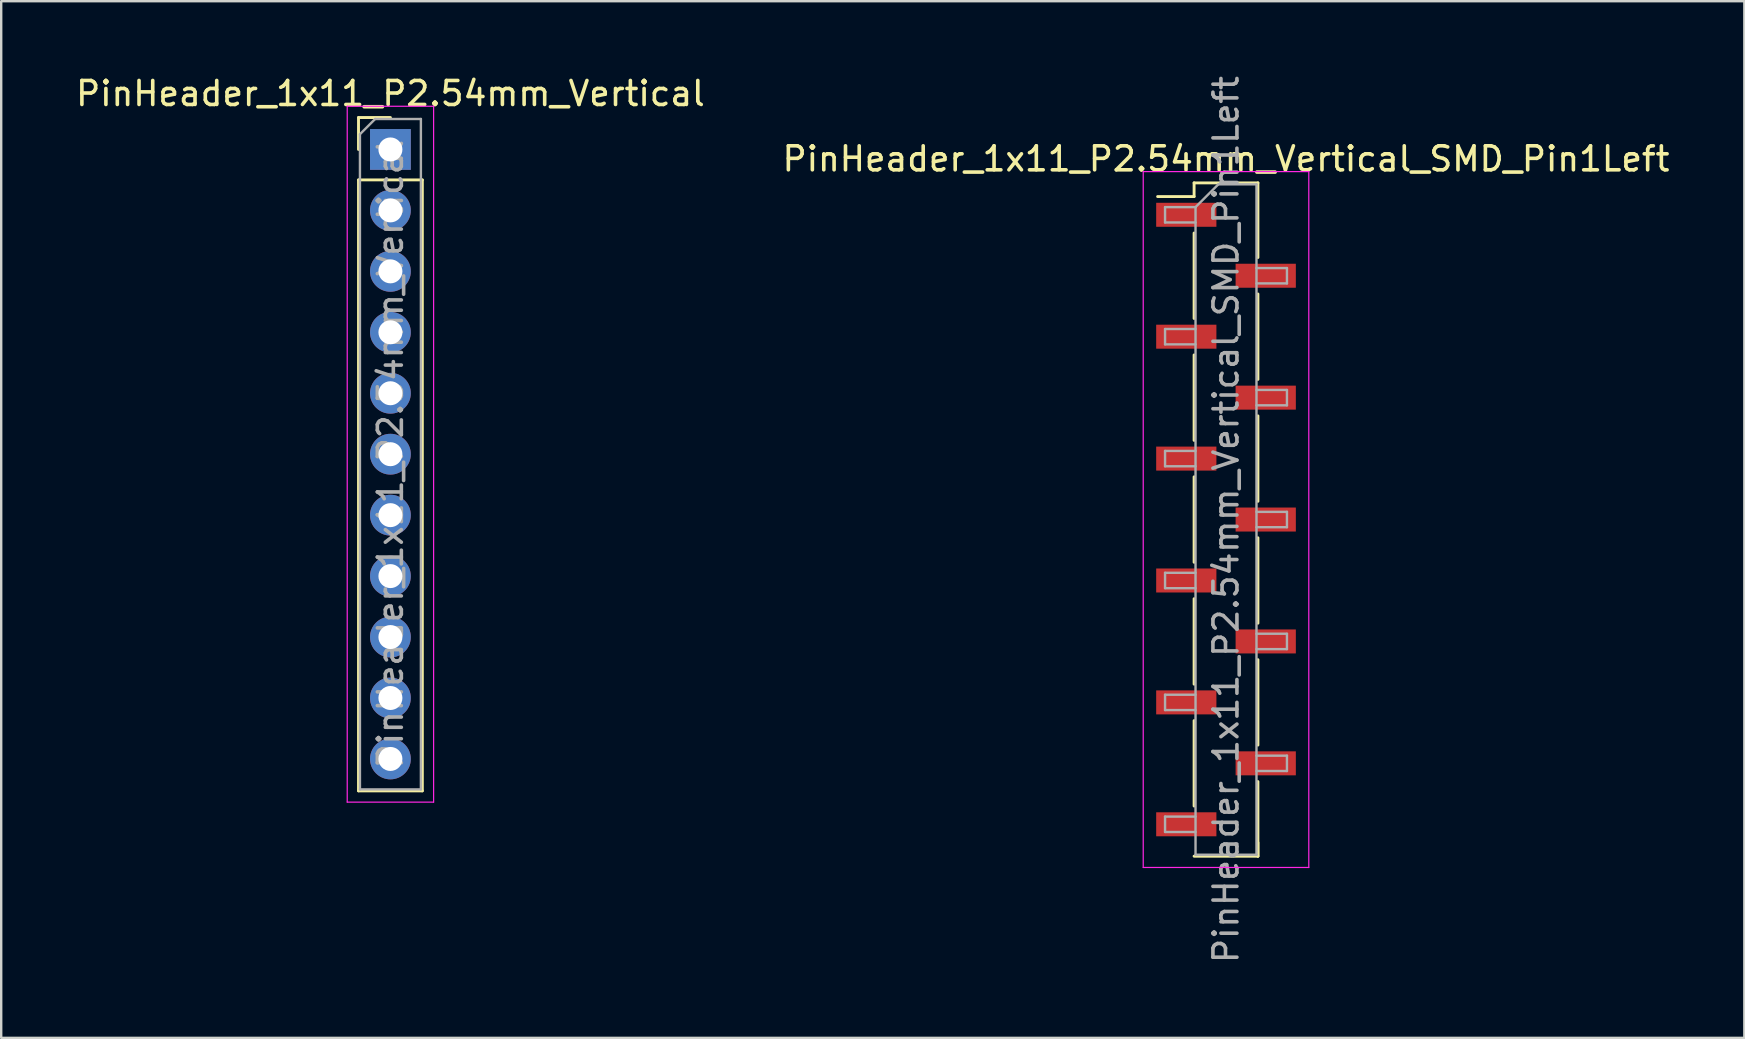
<source format=kicad_pcb>
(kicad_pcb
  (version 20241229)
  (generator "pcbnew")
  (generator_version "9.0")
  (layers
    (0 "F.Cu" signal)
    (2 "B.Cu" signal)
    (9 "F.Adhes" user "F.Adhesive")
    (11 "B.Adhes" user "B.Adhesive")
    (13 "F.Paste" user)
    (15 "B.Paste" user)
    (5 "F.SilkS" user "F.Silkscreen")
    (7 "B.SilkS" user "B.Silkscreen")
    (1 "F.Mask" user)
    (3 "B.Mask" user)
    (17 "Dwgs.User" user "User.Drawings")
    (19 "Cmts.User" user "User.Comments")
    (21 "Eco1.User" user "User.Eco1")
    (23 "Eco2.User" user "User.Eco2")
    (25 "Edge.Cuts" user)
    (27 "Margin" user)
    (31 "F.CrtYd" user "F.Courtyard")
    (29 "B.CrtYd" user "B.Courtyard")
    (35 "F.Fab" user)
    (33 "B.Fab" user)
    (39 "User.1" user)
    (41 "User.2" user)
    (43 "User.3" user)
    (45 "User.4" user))
  (footprint "PinHeader_1x11_P2.54mm_Vertical_SMD_Pin1Left"
    (layer "F.Cu")
    (at 48.042 18.601)
    (property "Reference" "PinHeader_1x11_P2.54mm_Vertical_SMD_Pin1Left" (at 0 -15.03 0) (layer "F.SilkS") (effects (font (size 1 1) (thickness 0.15))))
    (attr smd)
    (fp_line (start -1.33 -14.03) (end -1.33 -13.46) (stroke (width 0.12) (type solid)) (layer "F.SilkS"))
    (fp_line (start -1.33 -14.03) (end 1.33 -14.03) (stroke (width 0.12) (type solid)) (layer "F.SilkS"))
    (fp_line (start -1.33 -13.46) (end -2.85 -13.46) (stroke (width 0.12) (type solid)) (layer "F.SilkS"))
    (fp_line (start -1.33 -11.94) (end -1.33 -8.38) (stroke (width 0.12) (type solid)) (layer "F.SilkS"))
    (fp_line (start -1.33 -6.86) (end -1.33 -3.3) (stroke (width 0.12) (type solid)) (layer "F.SilkS"))
    (fp_line (start -1.33 -1.78) (end -1.33 1.78) (stroke (width 0.12) (type solid)) (layer "F.SilkS"))
    (fp_line (start -1.33 3.3) (end -1.33 6.86) (stroke (width 0.12) (type solid)) (layer "F.SilkS"))
    (fp_line (start -1.33 8.38) (end -1.33 11.94) (stroke (width 0.12) (type solid)) (layer "F.SilkS"))
    (fp_line (start -1.33 14.03) (end 1.33 14.03) (stroke (width 0.12) (type solid)) (layer "F.SilkS"))
    (fp_line (start 1.33 -14.03) (end 1.33 -10.92) (stroke (width 0.12) (type solid)) (layer "F.SilkS"))
    (fp_line (start 1.33 -9.4) (end 1.33 -5.84) (stroke (width 0.12) (type solid)) (layer "F.SilkS"))
    (fp_line (start 1.33 -4.32) (end 1.33 -0.76) (stroke (width 0.12) (type solid)) (layer "F.SilkS"))
    (fp_line (start 1.33 0.76) (end 1.33 4.32) (stroke (width 0.12) (type solid)) (layer "F.SilkS"))
    (fp_line (start 1.33 5.84) (end 1.33 9.4) (stroke (width 0.12) (type solid)) (layer "F.SilkS"))
    (fp_line (start 1.33 10.92) (end 1.33 14.03) (stroke (width 0.12) (type solid)) (layer "F.SilkS"))
    (fp_line (start 1.33 13.46) (end 1.33 14.03) (stroke (width 0.12) (type solid)) (layer "F.SilkS"))
    (fp_line (start -3.45 -14.5) (end -3.45 14.5) (stroke (width 0.05) (type solid)) (layer "F.CrtYd"))
    (fp_line (start -3.45 14.5) (end 3.45 14.5) (stroke (width 0.05) (type solid)) (layer "F.CrtYd"))
    (fp_line (start 3.45 -14.5) (end -3.45 -14.5) (stroke (width 0.05) (type solid)) (layer "F.CrtYd"))
    (fp_line (start 3.45 14.5) (end 3.45 -14.5) (stroke (width 0.05) (type solid)) (layer "F.CrtYd"))
    (fp_line (start -2.54 -13.02) (end -2.54 -12.38) (stroke (width 0.1) (type solid)) (layer "F.Fab"))
    (fp_line (start -2.54 -12.38) (end -1.27 -12.38) (stroke (width 0.1) (type solid)) (layer "F.Fab"))
    (fp_line (start -2.54 -7.94) (end -2.54 -7.3) (stroke (width 0.1) (type solid)) (layer "F.Fab"))
    (fp_line (start -2.54 -7.3) (end -1.27 -7.3) (stroke (width 0.1) (type solid)) (layer "F.Fab"))
    (fp_line (start -2.54 -2.86) (end -2.54 -2.22) (stroke (width 0.1) (type solid)) (layer "F.Fab"))
    (fp_line (start -2.54 -2.22) (end -1.27 -2.22) (stroke (width 0.1) (type solid)) (layer "F.Fab"))
    (fp_line (start -2.54 2.22) (end -2.54 2.86) (stroke (width 0.1) (type solid)) (layer "F.Fab"))
    (fp_line (start -2.54 2.86) (end -1.27 2.86) (stroke (width 0.1) (type solid)) (layer "F.Fab"))
    (fp_line (start -2.54 7.3) (end -2.54 7.94) (stroke (width 0.1) (type solid)) (layer "F.Fab"))
    (fp_line (start -2.54 7.94) (end -1.27 7.94) (stroke (width 0.1) (type solid)) (layer "F.Fab"))
    (fp_line (start -2.54 12.38) (end -2.54 13.02) (stroke (width 0.1) (type solid)) (layer "F.Fab"))
    (fp_line (start -2.54 13.02) (end -1.27 13.02) (stroke (width 0.1) (type solid)) (layer "F.Fab"))
    (fp_line (start -1.27 -13.02) (end -2.54 -13.02) (stroke (width 0.1) (type solid)) (layer "F.Fab"))
    (fp_line (start -1.27 -13.02) (end -0.32 -13.97) (stroke (width 0.1) (type solid)) (layer "F.Fab"))
    (fp_line (start -1.27 -7.94) (end -2.54 -7.94) (stroke (width 0.1) (type solid)) (layer "F.Fab"))
    (fp_line (start -1.27 -2.86) (end -2.54 -2.86) (stroke (width 0.1) (type solid)) (layer "F.Fab"))
    (fp_line (start -1.27 2.22) (end -2.54 2.22) (stroke (width 0.1) (type solid)) (layer "F.Fab"))
    (fp_line (start -1.27 7.3) (end -2.54 7.3) (stroke (width 0.1) (type solid)) (layer "F.Fab"))
    (fp_line (start -1.27 12.38) (end -2.54 12.38) (stroke (width 0.1) (type solid)) (layer "F.Fab"))
    (fp_line (start -1.27 13.97) (end -1.27 -13.02) (stroke (width 0.1) (type solid)) (layer "F.Fab"))
    (fp_line (start -0.32 -13.97) (end 1.27 -13.97) (stroke (width 0.1) (type solid)) (layer "F.Fab"))
    (fp_line (start 1.27 -13.97) (end 1.27 13.97) (stroke (width 0.1) (type solid)) (layer "F.Fab"))
    (fp_line (start 1.27 -10.48) (end 2.54 -10.48) (stroke (width 0.1) (type solid)) (layer "F.Fab"))
    (fp_line (start 1.27 -5.4) (end 2.54 -5.4) (stroke (width 0.1) (type solid)) (layer "F.Fab"))
    (fp_line (start 1.27 -0.32) (end 2.54 -0.32) (stroke (width 0.1) (type solid)) (layer "F.Fab"))
    (fp_line (start 1.27 4.76) (end 2.54 4.76) (stroke (width 0.1) (type solid)) (layer "F.Fab"))
    (fp_line (start 1.27 9.84) (end 2.54 9.84) (stroke (width 0.1) (type solid)) (layer "F.Fab"))
    (fp_line (start 1.27 13.97) (end -1.27 13.97) (stroke (width 0.1) (type solid)) (layer "F.Fab"))
    (fp_line (start 2.54 -10.48) (end 2.54 -9.84) (stroke (width 0.1) (type solid)) (layer "F.Fab"))
    (fp_line (start 2.54 -9.84) (end 1.27 -9.84) (stroke (width 0.1) (type solid)) (layer "F.Fab"))
    (fp_line (start 2.54 -5.4) (end 2.54 -4.76) (stroke (width 0.1) (type solid)) (layer "F.Fab"))
    (fp_line (start 2.54 -4.76) (end 1.27 -4.76) (stroke (width 0.1) (type solid)) (layer "F.Fab"))
    (fp_line (start 2.54 -0.32) (end 2.54 0.32) (stroke (width 0.1) (type solid)) (layer "F.Fab"))
    (fp_line (start 2.54 0.32) (end 1.27 0.32) (stroke (width 0.1) (type solid)) (layer "F.Fab"))
    (fp_line (start 2.54 4.76) (end 2.54 5.4) (stroke (width 0.1) (type solid)) (layer "F.Fab"))
    (fp_line (start 2.54 5.4) (end 1.27 5.4) (stroke (width 0.1) (type solid)) (layer "F.Fab"))
    (fp_line (start 2.54 9.84) (end 2.54 10.48) (stroke (width 0.1) (type solid)) (layer "F.Fab"))
    (fp_line (start 2.54 10.48) (end 1.27 10.48) (stroke (width 0.1) (type solid)) (layer "F.Fab"))
    (fp_text user "${REFERENCE}" (at 0 0 90) (layer "F.Fab") (effects (font (size 1 1) (thickness 0.15))))
    (pad "1" smd rect (at -1.655 -12.7) (size 2.51 1) (layers "F.Cu" "F.Mask" "F.Paste"))
    (pad "2" smd rect (at 1.655 -10.16) (size 2.51 1) (layers "F.Cu" "F.Mask" "F.Paste"))
    (pad "3" smd rect (at -1.655 -7.62) (size 2.51 1) (layers "F.Cu" "F.Mask" "F.Paste"))
    (pad "4" smd rect (at 1.655 -5.08) (size 2.51 1) (layers "F.Cu" "F.Mask" "F.Paste"))
    (pad "5" smd rect (at -1.655 -2.54) (size 2.51 1) (layers "F.Cu" "F.Mask" "F.Paste"))
    (pad "6" smd rect (at 1.655 0) (size 2.51 1) (layers "F.Cu" "F.Mask" "F.Paste"))
    (pad "7" smd rect (at -1.655 2.54) (size 2.51 1) (layers "F.Cu" "F.Mask" "F.Paste"))
    (pad "8" smd rect (at 1.655 5.08) (size 2.51 1) (layers "F.Cu" "F.Mask" "F.Paste"))
    (pad "9" smd rect (at -1.655 7.62) (size 2.51 1) (layers "F.Cu" "F.Mask" "F.Paste"))
    (pad "10" smd rect (at 1.655 10.16) (size 2.51 1) (layers "F.Cu" "F.Mask" "F.Paste"))
    (pad "11" smd rect (at -1.655 12.7) (size 2.51 1) (layers "F.Cu" "F.Mask" "F.Paste")))
  (footprint "PinHeader_1x11_P2.54mm_Vertical"
    (layer "F.Cu")
    (at 13.22 3.178)
    (property "Reference" "PinHeader_1x11_P2.54mm_Vertical" (at 0 -2.33 0) (layer "F.SilkS") (effects (font (size 1 1) (thickness 0.15))))
    (attr through_hole)
    (fp_line (start -1.33 -1.33) (end 0 -1.33) (stroke (width 0.12) (type solid)) (layer "F.SilkS"))
    (fp_line (start -1.33 0) (end -1.33 -1.33) (stroke (width 0.12) (type solid)) (layer "F.SilkS"))
    (fp_line (start -1.33 1.27) (end -1.33 26.73) (stroke (width 0.12) (type solid)) (layer "F.SilkS"))
    (fp_line (start -1.33 1.27) (end 1.33 1.27) (stroke (width 0.12) (type solid)) (layer "F.SilkS"))
    (fp_line (start -1.33 26.73) (end 1.33 26.73) (stroke (width 0.12) (type solid)) (layer "F.SilkS"))
    (fp_line (start 1.33 1.27) (end 1.33 26.73) (stroke (width 0.12) (type solid)) (layer "F.SilkS"))
    (fp_line (start -1.8 -1.8) (end -1.8 27.2) (stroke (width 0.05) (type solid)) (layer "F.CrtYd"))
    (fp_line (start -1.8 27.2) (end 1.8 27.2) (stroke (width 0.05) (type solid)) (layer "F.CrtYd"))
    (fp_line (start 1.8 -1.8) (end -1.8 -1.8) (stroke (width 0.05) (type solid)) (layer "F.CrtYd"))
    (fp_line (start 1.8 27.2) (end 1.8 -1.8) (stroke (width 0.05) (type solid)) (layer "F.CrtYd"))
    (fp_line (start -1.27 -0.635) (end -0.635 -1.27) (stroke (width 0.1) (type solid)) (layer "F.Fab"))
    (fp_line (start -1.27 26.67) (end -1.27 -0.635) (stroke (width 0.1) (type solid)) (layer "F.Fab"))
    (fp_line (start -0.635 -1.27) (end 1.27 -1.27) (stroke (width 0.1) (type solid)) (layer "F.Fab"))
    (fp_line (start 1.27 -1.27) (end 1.27 26.67) (stroke (width 0.1) (type solid)) (layer "F.Fab"))
    (fp_line (start 1.27 26.67) (end -1.27 26.67) (stroke (width 0.1) (type solid)) (layer "F.Fab"))
    (fp_text user "${REFERENCE}" (at 0 12.7 90) (layer "F.Fab") (effects (font (size 1 1) (thickness 0.15))))
    (pad "1" thru_hole rect (at 0 0) (size 1.7 1.7) (drill 1) (layers "*.Cu" "*.Mask"))
    (pad "2" thru_hole oval (at 0 2.54) (size 1.7 1.7) (drill 1) (layers "*.Cu" "*.Mask"))
    (pad "3" thru_hole oval (at 0 5.08) (size 1.7 1.7) (drill 1) (layers "*.Cu" "*.Mask"))
    (pad "4" thru_hole oval (at 0 7.62) (size 1.7 1.7) (drill 1) (layers "*.Cu" "*.Mask"))
    (pad "5" thru_hole oval (at 0 10.16) (size 1.7 1.7) (drill 1) (layers "*.Cu" "*.Mask"))
    (pad "6" thru_hole oval (at 0 12.7) (size 1.7 1.7) (drill 1) (layers "*.Cu" "*.Mask"))
    (pad "7" thru_hole oval (at 0 15.24) (size 1.7 1.7) (drill 1) (layers "*.Cu" "*.Mask"))
    (pad "8" thru_hole oval (at 0 17.78) (size 1.7 1.7) (drill 1) (layers "*.Cu" "*.Mask"))
    (pad "9" thru_hole oval (at 0 20.32) (size 1.7 1.7) (drill 1) (layers "*.Cu" "*.Mask"))
    (pad "10" thru_hole oval (at 0 22.86) (size 1.7 1.7) (drill 1) (layers "*.Cu" "*.Mask"))
    (pad "11" thru_hole oval (at 0 25.4) (size 1.7 1.7) (drill 1) (layers "*.Cu" "*.Mask")))
  (gr_rect
    (start -3 -3)
    (end 69.643 40.202)
    (stroke (width 0.1) (type default))
    (fill no)
    (layer "Edge.Cuts")))
</source>
